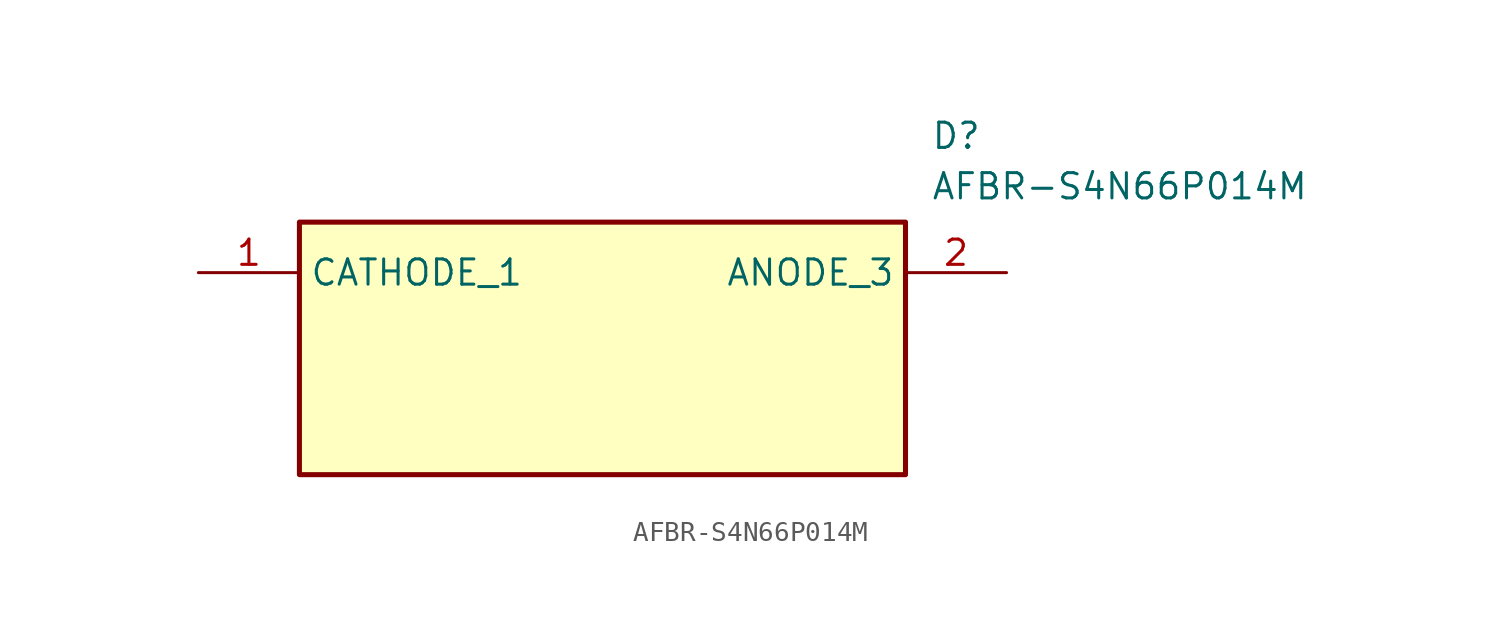
<source format=kicad_sym>
(kicad_symbol_lib
  (version 20241209)
  (generator "kicad_symbol_editor")
  (generator_version "9.0")
  (symbol "AFBR-S4N66P014M"
    (property "Reference" "D"
      (at 36.83 7.62 0)
      (effects (font (size 1.27 1.27)) (justify left top)))
    (property "Value" "AFBR-S4N66P014M"
      (at 36.83 5.08 0)
      (effects (font (size 1.27 1.27)) (justify left top)))
    (symbol "AFBR-S4N66P014M_1_1"
      (rectangle (start 5.08 2.54) (end 35.56 -10.16) (stroke (width 0.254) (type default)) (fill (type background)))
      (pin passive line (at 0 0 0) (length 5.08) (name "CATHODE_1" (effects (font (size 1.27 1.27)))) (number "1" (effects (font (size 1.27 1.27)))))
      (pin passive line (at 0 -2.54 0) (length 5.08) (hide yes) (name "CATHODE_2" (effects (font (size 1.27 1.27)))) (number "1" (effects (font (size 1.27 1.27)))))
      (pin passive line (at 0 -5.08 0) (length 5.08) (hide yes) (name "ANODE_1" (effects (font (size 1.27 1.27)))) (number "2" (effects (font (size 1.27 1.27)))))
      (pin passive line (at 0 -7.62 0) (length 5.08) (hide yes) (name "ANODE_2" (effects (font (size 1.27 1.27)))) (number "2" (effects (font (size 1.27 1.27)))))
      (pin passive line (at 40.64 0 180) (length 5.08) (name "ANODE_3" (effects (font (size 1.27 1.27)))) (number "2" (effects (font (size 1.27 1.27)))))
      (pin passive line (at 40.64 -2.54 180) (length 5.08) (hide yes) (name "ANODE_4" (effects (font (size 1.27 1.27)))) (number "2" (effects (font (size 1.27 1.27)))))
      (pin passive line (at 40.64 -5.08 180) (length 5.08) (hide yes) (name "CATHODE_3" (effects (font (size 1.27 1.27)))) (number "1" (effects (font (size 1.27 1.27)))))
      (pin passive line (at 40.64 -7.62 180) (length 5.08) (hide yes) (name "CATHODE_4" (effects (font (size 1.27 1.27)))) (number "1" (effects (font (size 1.27 1.27))))))))
</source>
